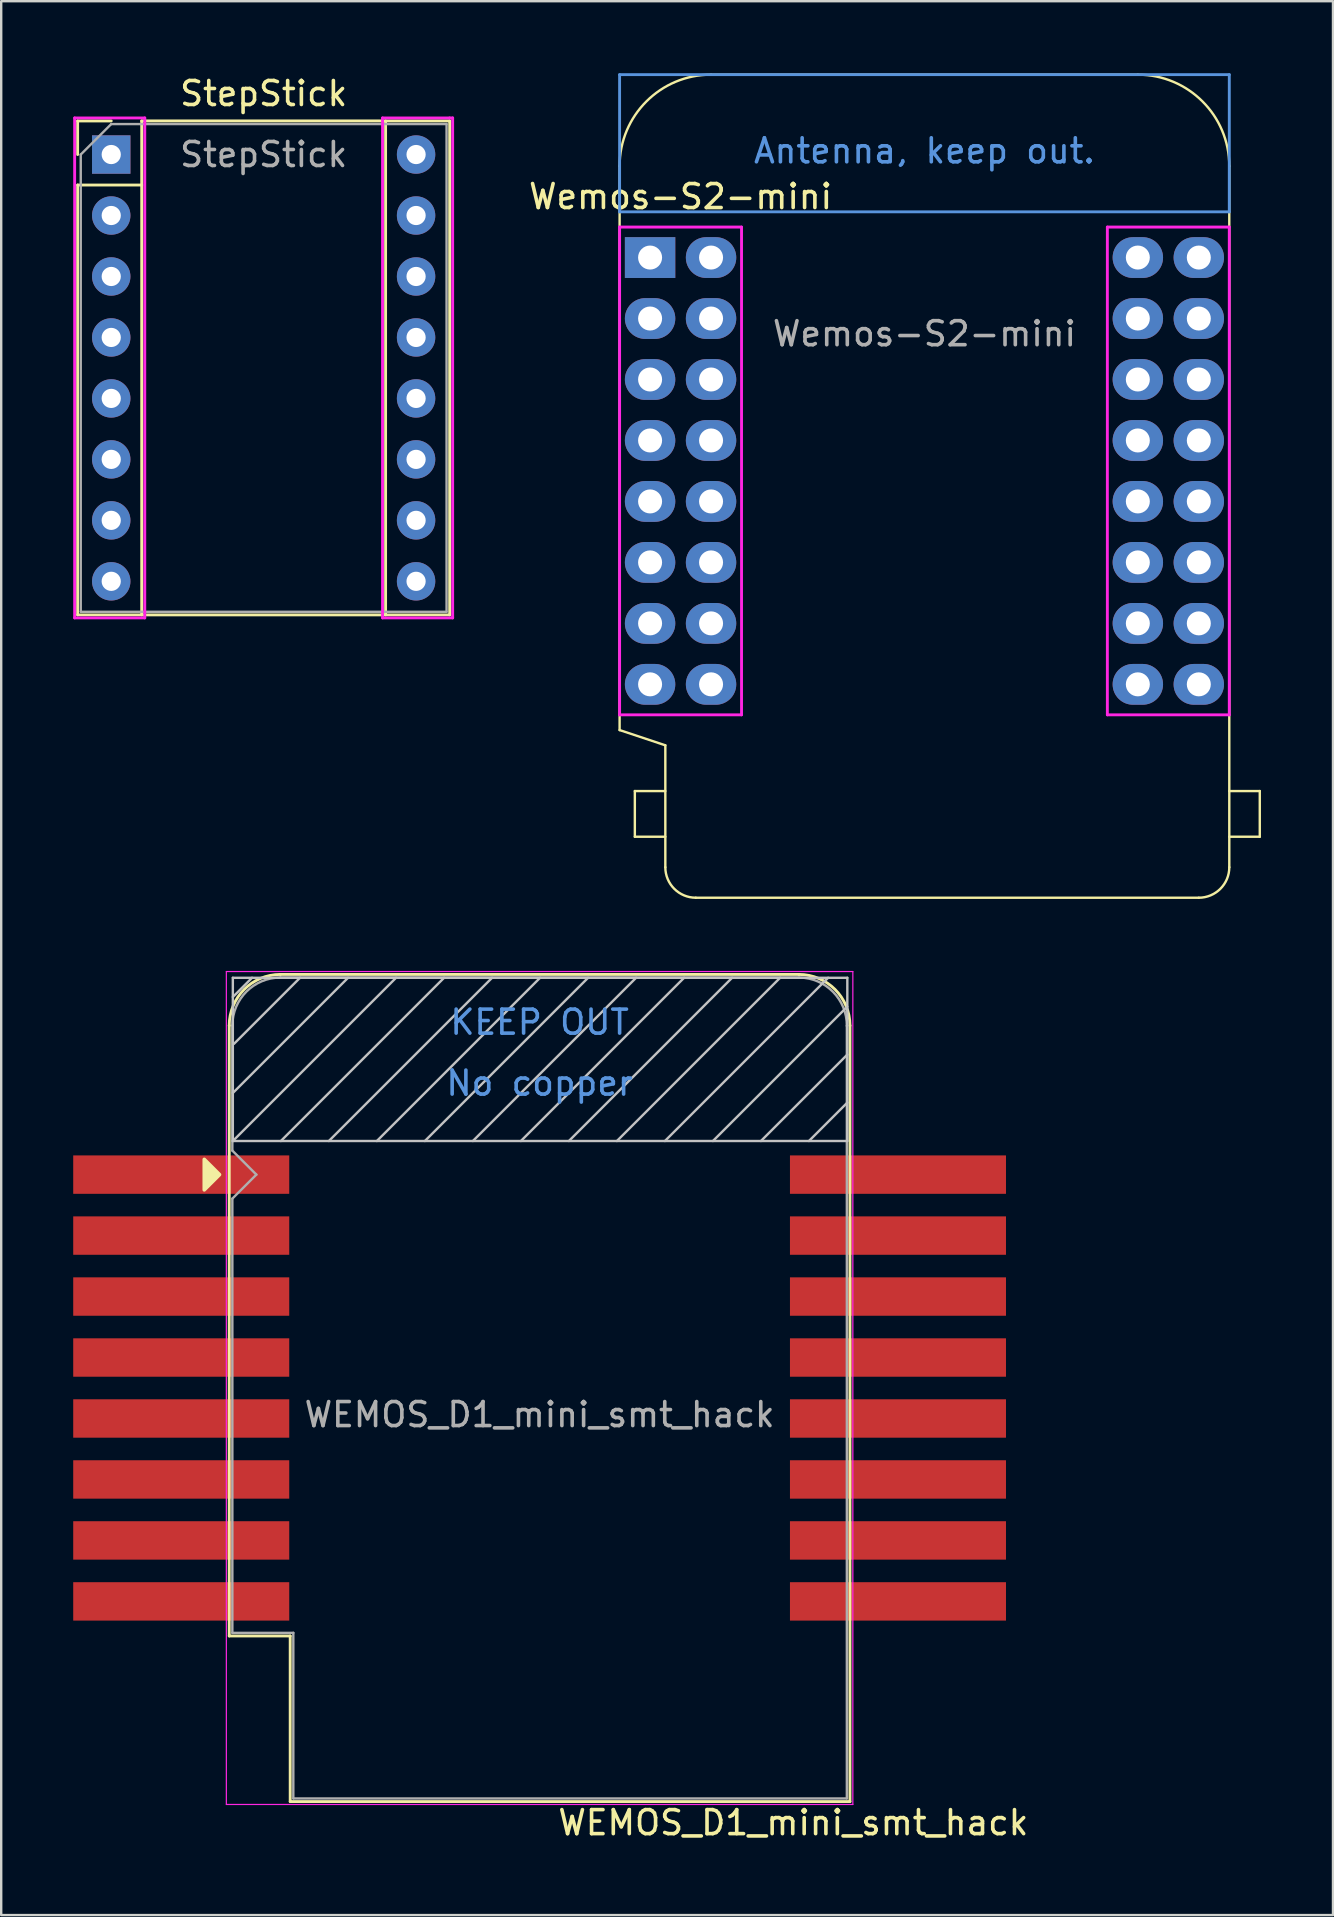
<source format=kicad_pcb>
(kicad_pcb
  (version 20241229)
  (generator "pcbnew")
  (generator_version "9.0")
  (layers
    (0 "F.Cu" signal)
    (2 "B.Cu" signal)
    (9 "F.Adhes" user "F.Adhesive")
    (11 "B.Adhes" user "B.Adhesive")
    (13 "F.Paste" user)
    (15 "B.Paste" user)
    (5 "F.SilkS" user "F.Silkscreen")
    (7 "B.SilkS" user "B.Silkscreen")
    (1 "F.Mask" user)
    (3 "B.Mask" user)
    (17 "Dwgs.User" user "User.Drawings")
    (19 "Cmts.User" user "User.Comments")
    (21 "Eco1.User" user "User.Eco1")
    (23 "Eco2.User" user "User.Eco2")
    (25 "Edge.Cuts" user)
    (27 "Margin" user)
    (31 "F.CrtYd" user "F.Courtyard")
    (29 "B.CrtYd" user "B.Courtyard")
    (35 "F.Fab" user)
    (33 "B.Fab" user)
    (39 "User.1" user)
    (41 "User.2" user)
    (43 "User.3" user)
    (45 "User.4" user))
  (footprint "WEMOS_D1_mini_smt_hack"
    (layer "F.Cu")
    (at 8 45.885)
    (property "Reference" "WEMOS_D1_mini_smt_hack" (at 22 27 0) (layer "F.SilkS") (effects (font (size 1 1) (thickness 0.15))))
    (attr through_hole)
    (fp_line (start -1.5 19.22) (end -1.5 -6.21) (stroke (width 0.12) (type solid)) (layer "F.SilkS"))
    (fp_line (start -1.5 19.22) (end 1.04 19.22) (stroke (width 0.12) (type solid)) (layer "F.SilkS"))
    (fp_line (start 1.04 19.22) (end 1.04 26.12) (stroke (width 0.12) (type solid)) (layer "F.SilkS"))
    (fp_line (start 1.04 26.12) (end 24.36 26.12) (stroke (width 0.12) (type solid)) (layer "F.SilkS"))
    (fp_line (start 22.24 -8.34) (end 0.63 -8.34) (stroke (width 0.12) (type solid)) (layer "F.SilkS"))
    (fp_line (start 24.36 26.12) (end 24.36 -6.21) (stroke (width 0.12) (type solid)) (layer "F.SilkS"))
    (fp_arc (start -1.5 -6.21) (mid -0.876137 -7.716137) (end 0.63 -8.34) (stroke (width 0.12) (type solid)) (layer "F.SilkS"))
    (fp_arc (start 22.23 -8.34) (mid 23.736137 -7.716137) (end 24.36 -6.21) (stroke (width 0.12) (type solid)) (layer "F.SilkS"))
    (fp_poly (pts (xy -2.54 -0.635) (xy -2.54 0.635) (xy -1.905 0)) (stroke (width 0.15) (type solid)) (fill yes) (layer "F.SilkS"))
    (fp_line (start -1.35 -8.2) (end -1.35 -1.4) (stroke (width 0.1) (type solid)) (layer "Dwgs.User"))
    (fp_line (start -1.35 -7.4) (end -0.55 -8.2) (stroke (width 0.1) (type solid)) (layer "Dwgs.User"))
    (fp_line (start -1.35 -3.4) (end 3.45 -8.2) (stroke (width 0.1) (type solid)) (layer "Dwgs.User"))
    (fp_line (start -1.35 -1.4) (end 5.45 -8.2) (stroke (width 0.1) (type solid)) (layer "Dwgs.User"))
    (fp_line (start -1.35 -1.4) (end 24.25 -1.4) (stroke (width 0.1) (type solid)) (layer "Dwgs.User"))
    (fp_line (start -1.3 -5.45) (end 1.45 -8.2) (stroke (width 0.1) (type solid)) (layer "Dwgs.User"))
    (fp_line (start 0.65 -1.4) (end 7.45 -8.2) (stroke (width 0.1) (type solid)) (layer "Dwgs.User"))
    (fp_line (start 2.65 -1.4) (end 9.45 -8.2) (stroke (width 0.1) (type solid)) (layer "Dwgs.User"))
    (fp_line (start 4.65 -1.4) (end 11.45 -8.2) (stroke (width 0.1) (type solid)) (layer "Dwgs.User"))
    (fp_line (start 6.65 -1.4) (end 13.45 -8.2) (stroke (width 0.1) (type solid)) (layer "Dwgs.User"))
    (fp_line (start 8.65 -1.4) (end 15.45 -8.2) (stroke (width 0.1) (type solid)) (layer "Dwgs.User"))
    (fp_line (start 10.65 -1.4) (end 17.45 -8.2) (stroke (width 0.1) (type solid)) (layer "Dwgs.User"))
    (fp_line (start 12.65 -1.4) (end 19.45 -8.2) (stroke (width 0.1) (type solid)) (layer "Dwgs.User"))
    (fp_line (start 14.65 -1.4) (end 21.45 -8.2) (stroke (width 0.1) (type solid)) (layer "Dwgs.User"))
    (fp_line (start 16.65 -1.4) (end 23.45 -8.2) (stroke (width 0.1) (type solid)) (layer "Dwgs.User"))
    (fp_line (start 18.65 -1.4) (end 24.25 -7) (stroke (width 0.1) (type solid)) (layer "Dwgs.User"))
    (fp_line (start 20.65 -1.4) (end 24.25 -5) (stroke (width 0.1) (type solid)) (layer "Dwgs.User"))
    (fp_line (start 22.65 -1.4) (end 24.25 -3) (stroke (width 0.1) (type solid)) (layer "Dwgs.User"))
    (fp_line (start 24.25 -8.2) (end -1.35 -8.2) (stroke (width 0.1) (type solid)) (layer "Dwgs.User"))
    (fp_line (start 24.25 -1.4) (end 24.25 -8.2) (stroke (width 0.1) (type solid)) (layer "Dwgs.User"))
    (fp_line (start -1.62 -8.46) (end 24.48 -8.46) (stroke (width 0.05) (type solid)) (layer "F.CrtYd"))
    (fp_line (start -1.62 26.24) (end -1.62 -8.46) (stroke (width 0.05) (type solid)) (layer "F.CrtYd"))
    (fp_line (start 24.48 -8.46) (end 24.48 26.24) (stroke (width 0.05) (type solid)) (layer "F.CrtYd"))
    (fp_line (start 24.48 26.24) (end -1.62 26.24) (stroke (width 0.05) (type solid)) (layer "F.CrtYd"))
    (fp_line (start -1.37 -6.21) (end -1.37 -1) (stroke (width 0.1) (type solid)) (layer "F.Fab"))
    (fp_line (start -1.37 1) (end -1.37 19.09) (stroke (width 0.1) (type solid)) (layer "F.Fab"))
    (fp_line (start -1.37 1) (end -0.37 0) (stroke (width 0.1) (type solid)) (layer "F.Fab"))
    (fp_line (start -1.37 19.09) (end 1.17 19.09) (stroke (width 0.1) (type solid)) (layer "F.Fab"))
    (fp_line (start -0.37 0) (end -1.37 -1) (stroke (width 0.1) (type solid)) (layer "F.Fab"))
    (fp_line (start 1.17 19.09) (end 1.17 25.99) (stroke (width 0.1) (type solid)) (layer "F.Fab"))
    (fp_line (start 1.17 25.99) (end 24.23 25.99) (stroke (width 0.1) (type solid)) (layer "F.Fab"))
    (fp_line (start 22.23 -8.21) (end 0.63 -8.21) (stroke (width 0.1) (type solid)) (layer "F.Fab"))
    (fp_line (start 24.23 25.99) (end 24.23 -6.21) (stroke (width 0.1) (type solid)) (layer "F.Fab"))
    (fp_arc (start -1.37 -6.21) (mid -0.784214 -7.624214) (end 0.63 -8.21) (stroke (width 0.1) (type solid)) (layer "F.Fab"))
    (fp_arc (start 22.25 -8.21) (mid 23.658356 -7.610071) (end 24.23 -6.19) (stroke (width 0.1) (type solid)) (layer "F.Fab"))
    (fp_text user "KEEP OUT" (at 11.43 -6.35 0) (layer "Cmts.User") (effects (font (size 1 1) (thickness 0.15))))
    (fp_text user "No copper" (at 11.43 -3.81 0) (layer "Cmts.User") (effects (font (size 1 1) (thickness 0.15))))
    (fp_text user "${REFERENCE}" (at 11.43 10 0) (layer "F.Fab") (effects (font (size 1 1) (thickness 0.15))))
    (pad "1" smd rect (at -3.5 0) (size 9 1.6) (layers "F.Cu" "F.Mask" "F.Paste"))
    (pad "2" smd rect (at -3.5 2.54) (size 9 1.6) (layers "F.Cu" "F.Mask" "F.Paste"))
    (pad "3" smd rect (at -3.5 5.08) (size 9 1.6) (layers "F.Cu" "F.Mask" "F.Paste"))
    (pad "4" smd rect (at -3.5 7.62) (size 9 1.6) (layers "F.Cu" "F.Mask" "F.Paste"))
    (pad "5" smd rect (at -3.5 10.16) (size 9 1.6) (layers "F.Cu" "F.Mask" "F.Paste"))
    (pad "6" smd rect (at -3.5 12.7) (size 9 1.6) (layers "F.Cu" "F.Mask" "F.Paste"))
    (pad "7" smd rect (at -3.5 15.24) (size 9 1.6) (layers "F.Cu" "F.Mask" "F.Paste"))
    (pad "8" smd rect (at -3.5 17.78) (size 9 1.6) (layers "F.Cu" "F.Mask" "F.Paste"))
    (pad "9" smd rect (at 26.36 17.78) (size 9 1.6) (layers "F.Cu" "F.Mask" "F.Paste"))
    (pad "10" smd rect (at 26.36 15.24) (size 9 1.6) (layers "F.Cu" "F.Mask" "F.Paste"))
    (pad "11" smd rect (at 26.36 12.7) (size 9 1.6) (layers "F.Cu" "F.Mask" "F.Paste"))
    (pad "12" smd rect (at 26.36 10.16) (size 9 1.6) (layers "F.Cu" "F.Mask" "F.Paste"))
    (pad "13" smd rect (at 26.36 7.62) (size 9 1.6) (layers "F.Cu" "F.Mask" "F.Paste"))
    (pad "14" smd rect (at 26.36 5.08) (size 9 1.6) (layers "F.Cu" "F.Mask" "F.Paste"))
    (pad "15" smd rect (at 26.36 2.54) (size 9 1.6) (layers "F.Cu" "F.Mask" "F.Paste"))
    (pad "16" smd rect (at 26.36 0) (size 9 1.6) (layers "F.Cu" "F.Mask" "F.Paste")))
  (footprint "Wemos-S2-mini"
    (layer "F.Cu")
    (at 24.033 7.68)
    (property "Reference" "Wemos-S2-mini" (at 1.27 -2.54 0) (layer "F.SilkS") (effects (font (size 1 1) (thickness 0.15))))
    (attr through_hole)
    (fp_line (start -1.27 19.685) (end -1.27 -3.81) (stroke (width 0.1) (type default)) (layer "F.SilkS"))
    (fp_line (start -0.635 22.225) (end -0.635 24.13) (stroke (width 0.1) (type default)) (layer "F.SilkS"))
    (fp_line (start -0.635 24.13) (end 0.635 24.13) (stroke (width 0.1) (type default)) (layer "F.SilkS"))
    (fp_line (start 0.635 20.32) (end -1.27 19.685) (stroke (width 0.1) (type default)) (layer "F.SilkS"))
    (fp_line (start 0.635 22.225) (end -0.635 22.225) (stroke (width 0.1) (type default)) (layer "F.SilkS"))
    (fp_line (start 0.635 25.4) (end 0.635 20.32) (stroke (width 0.1) (type default)) (layer "F.SilkS"))
    (fp_line (start 2.54 -7.62) (end 20.32 -7.62) (stroke (width 0.1) (type default)) (layer "F.SilkS"))
    (fp_line (start 22.86 26.67) (end 1.905 26.67) (stroke (width 0.1) (type default)) (layer "F.SilkS"))
    (fp_line (start 24.13 -3.81) (end 24.13 25.4) (stroke (width 0.1) (type default)) (layer "F.SilkS"))
    (fp_line (start 24.13 24.13) (end 25.4 24.13) (stroke (width 0.1) (type default)) (layer "F.SilkS"))
    (fp_line (start 25.4 22.225) (end 24.13 22.225) (stroke (width 0.1) (type default)) (layer "F.SilkS"))
    (fp_line (start 25.4 24.13) (end 25.4 22.225) (stroke (width 0.1) (type default)) (layer "F.SilkS"))
    (fp_arc (start -1.27 -3.81) (mid -0.154077 -6.504077) (end 2.54 -7.62) (stroke (width 0.1) (type default)) (layer "F.SilkS"))
    (fp_arc (start 1.905 26.67) (mid 1.006974 26.298026) (end 0.635 25.4) (stroke (width 0.1) (type default)) (layer "F.SilkS"))
    (fp_arc (start 20.32 -7.62) (mid 23.014077 -6.504077) (end 24.13 -3.81) (stroke (width 0.1) (type default)) (layer "F.SilkS"))
    (fp_arc (start 24.13 25.4) (mid 23.758026 26.298026) (end 22.86 26.67) (stroke (width 0.1) (type default)) (layer "F.SilkS"))
    (fp_line (start -1.27 -7.62) (end -1.27 -1.905) (stroke (width 0.12) (type solid)) (layer "Cmts.User"))
    (fp_line (start -1.27 -1.905) (end 24.13 -1.905) (stroke (width 0.12) (type solid)) (layer "Cmts.User"))
    (fp_line (start 24.13 -7.62) (end -1.27 -7.62) (stroke (width 0.12) (type solid)) (layer "Cmts.User"))
    (fp_line (start 24.13 -1.905) (end 24.13 -7.62) (stroke (width 0.12) (type solid)) (layer "Cmts.User"))
    (fp_line (start -1.27 -1.27) (end 3.81 -1.27) (stroke (width 0.12) (type solid)) (layer "F.CrtYd"))
    (fp_line (start -1.27 19.05) (end -1.27 -1.27) (stroke (width 0.12) (type solid)) (layer "F.CrtYd"))
    (fp_line (start 3.81 -1.27) (end 3.81 19.05) (stroke (width 0.12) (type solid)) (layer "F.CrtYd"))
    (fp_line (start 3.81 19.05) (end -1.27 19.05) (stroke (width 0.12) (type solid)) (layer "F.CrtYd"))
    (fp_line (start 19.05 -1.27) (end 24.13 -1.27) (stroke (width 0.12) (type solid)) (layer "F.CrtYd"))
    (fp_line (start 19.05 19.05) (end 19.05 -1.27) (stroke (width 0.12) (type solid)) (layer "F.CrtYd"))
    (fp_line (start 24.13 -1.27) (end 24.13 19.05) (stroke (width 0.12) (type solid)) (layer "F.CrtYd"))
    (fp_line (start 24.13 19.05) (end 19.05 19.05) (stroke (width 0.12) (type solid)) (layer "F.CrtYd"))
    (fp_text user "Antenna, keep out." (at 11.43 -4.445 0) (layer "Cmts.User") (effects (font (size 1 1) (thickness 0.15))))
    (fp_text user "${REFERENCE}" (at 11.43 3.175 0) (layer "F.Fab") (effects (font (size 1 1) (thickness 0.15))))
    (pad "1" thru_hole rect (at 0 0) (size 2.1 1.7) (drill 1) (layers "*.Cu" "*.Mask"))
    (pad "2" thru_hole oval (at 0 2.54) (size 2.1 1.7) (drill 1) (layers "*.Cu" "*.Mask"))
    (pad "3" thru_hole oval (at 0 5.08) (size 2.1 1.7) (drill 1) (layers "*.Cu" "*.Mask"))
    (pad "4" thru_hole oval (at 0 7.62) (size 2.1 1.7) (drill 1) (layers "*.Cu" "*.Mask"))
    (pad "5" thru_hole oval (at 0 10.16) (size 2.1 1.7) (drill 1) (layers "*.Cu" "*.Mask"))
    (pad "6" thru_hole oval (at 0 12.7) (size 2.1 1.7) (drill 1) (layers "*.Cu" "*.Mask"))
    (pad "7" thru_hole oval (at 0 15.24) (size 2.1 1.7) (drill 1) (layers "*.Cu" "*.Mask"))
    (pad "8" thru_hole oval (at 0 17.78) (size 2.1 1.7) (drill 1) (layers "*.Cu" "*.Mask"))
    (pad "9" thru_hole oval (at 2.54 0) (size 2.1 1.7) (drill 1) (layers "*.Cu" "*.Mask"))
    (pad "10" thru_hole oval (at 2.54 2.54) (size 2.1 1.7) (drill 1) (layers "*.Cu" "*.Mask"))
    (pad "11" thru_hole oval (at 2.54 5.08) (size 2.1 1.7) (drill 1) (layers "*.Cu" "*.Mask"))
    (pad "12" thru_hole oval (at 2.54 7.62) (size 2.1 1.7) (drill 1) (layers "*.Cu" "*.Mask"))
    (pad "13" thru_hole oval (at 2.54 10.16) (size 2.1 1.7) (drill 1) (layers "*.Cu" "*.Mask"))
    (pad "14" thru_hole oval (at 2.54 12.7) (size 2.1 1.7) (drill 1) (layers "*.Cu" "*.Mask"))
    (pad "15" thru_hole oval (at 2.54 15.24) (size 2.1 1.7) (drill 1) (layers "*.Cu" "*.Mask"))
    (pad "16" thru_hole oval (at 2.54 17.78) (size 2.1 1.7) (drill 1) (layers "*.Cu" "*.Mask"))
    (pad "17" thru_hole oval (at 20.32 0) (size 2.1 1.7) (drill 1) (layers "*.Cu" "*.Mask"))
    (pad "18" thru_hole oval (at 20.32 2.54) (size 2.1 1.7) (drill 1) (layers "*.Cu" "*.Mask"))
    (pad "19" thru_hole oval (at 20.32 5.08) (size 2.1 1.7) (drill 1) (layers "*.Cu" "*.Mask"))
    (pad "20" thru_hole oval (at 20.32 7.62) (size 2.1 1.7) (drill 1) (layers "*.Cu" "*.Mask"))
    (pad "21" thru_hole oval (at 20.32 10.16) (size 2.1 1.7) (drill 1) (layers "*.Cu" "*.Mask"))
    (pad "22" thru_hole oval (at 20.32 12.7) (size 2.1 1.7) (drill 1) (layers "*.Cu" "*.Mask"))
    (pad "23" thru_hole oval (at 20.32 15.24) (size 2.1 1.7) (drill 1) (layers "*.Cu" "*.Mask"))
    (pad "24" thru_hole oval (at 20.32 17.78) (size 2.1 1.7) (drill 1) (layers "*.Cu" "*.Mask"))
    (pad "25" thru_hole oval (at 22.86 0) (size 2.1 1.7) (drill 1) (layers "*.Cu" "*.Mask"))
    (pad "26" thru_hole oval (at 22.86 2.54) (size 2.1 1.7) (drill 1) (layers "*.Cu" "*.Mask"))
    (pad "27" thru_hole oval (at 22.86 5.08) (size 2.1 1.7) (drill 1) (layers "*.Cu" "*.Mask"))
    (pad "28" thru_hole oval (at 22.86 7.62) (size 2.1 1.7) (drill 1) (layers "*.Cu" "*.Mask"))
    (pad "29" thru_hole oval (at 22.86 10.16) (size 2.1 1.7) (drill 1) (layers "*.Cu" "*.Mask"))
    (pad "30" thru_hole oval (at 22.86 12.7) (size 2.1 1.7) (drill 1) (layers "*.Cu" "*.Mask"))
    (pad "31" thru_hole oval (at 22.86 15.24) (size 2.1 1.7) (drill 1) (layers "*.Cu" "*.Mask"))
    (pad "32" thru_hole oval (at 22.86 17.78) (size 2.1 1.7) (drill 1) (layers "*.Cu" "*.Mask")))
  (footprint "StepStick"
    (layer "F.Cu")
    (at 1.584 3.388)
    (property "Reference" "StepStick" (at 6.35 -2.54 0) (layer "F.SilkS") (effects (font (size 1 1) (thickness 0.15))))
    (attr through_hole)
    (fp_line (start -1.4 -1.4) (end -1.4 0) (stroke (width 0.12) (type solid)) (layer "F.SilkS"))
    (fp_line (start -1.4 1.27) (end -1.4 19.18) (stroke (width 0.12) (type solid)) (layer "F.SilkS"))
    (fp_line (start -1.4 19.18) (end 14.1 19.18) (stroke (width 0.12) (type solid)) (layer "F.SilkS"))
    (fp_line (start 0 -1.4) (end -1.4 -1.4) (stroke (width 0.12) (type solid)) (layer "F.SilkS"))
    (fp_line (start 1.27 -1.4) (end 1.27 1.27) (stroke (width 0.12) (type solid)) (layer "F.SilkS"))
    (fp_line (start 1.27 1.27) (end -1.4 1.27) (stroke (width 0.12) (type solid)) (layer "F.SilkS"))
    (fp_line (start 1.27 1.27) (end 1.27 19.18) (stroke (width 0.12) (type solid)) (layer "F.SilkS"))
    (fp_line (start 11.43 -1.4) (end 11.43 19.18) (stroke (width 0.12) (type solid)) (layer "F.SilkS"))
    (fp_line (start 14.1 -1.4) (end 1.27 -1.4) (stroke (width 0.12) (type solid)) (layer "F.SilkS"))
    (fp_line (start 14.1 19.18) (end 14.1 -1.4) (stroke (width 0.12) (type solid)) (layer "F.SilkS"))
    (fp_line (start -1.524 -1.524) (end -1.524 19.304) (stroke (width 0.12) (type solid)) (layer "F.CrtYd"))
    (fp_line (start -1.524 -1.524) (end 1.397 -1.524) (stroke (width 0.12) (type solid)) (layer "F.CrtYd"))
    (fp_line (start -1.524 19.304) (end 1.397 19.304) (stroke (width 0.12) (type solid)) (layer "F.CrtYd"))
    (fp_line (start 1.397 -1.524) (end 1.397 19.304) (stroke (width 0.12) (type solid)) (layer "F.CrtYd"))
    (fp_line (start 11.303 -1.524) (end 11.303 19.304) (stroke (width 0.12) (type solid)) (layer "F.CrtYd"))
    (fp_line (start 11.303 19.304) (end 14.224 19.304) (stroke (width 0.12) (type solid)) (layer "F.CrtYd"))
    (fp_line (start 14.097 -1.524) (end 11.303 -1.524) (stroke (width 0.12) (type solid)) (layer "F.CrtYd"))
    (fp_line (start 14.097 -1.524) (end 14.224 -1.524) (stroke (width 0.12) (type solid)) (layer "F.CrtYd"))
    (fp_line (start 14.224 -1.524) (end 14.224 19.304) (stroke (width 0.12) (type solid)) (layer "F.CrtYd"))
    (fp_line (start -1.27 0) (end 0 -1.27) (stroke (width 0.1) (type solid)) (layer "F.Fab"))
    (fp_line (start -1.27 19.05) (end -1.27 0) (stroke (width 0.1) (type solid)) (layer "F.Fab"))
    (fp_line (start 0 -1.27) (end 13.97 -1.27) (stroke (width 0.1) (type solid)) (layer "F.Fab"))
    (fp_line (start 13.97 -1.27) (end 13.97 19.05) (stroke (width 0.1) (type solid)) (layer "F.Fab"))
    (fp_line (start 13.97 19.05) (end -1.27 19.05) (stroke (width 0.1) (type solid)) (layer "F.Fab"))
    (fp_text user "${REFERENCE}" (at 6.35 0 0) (layer "F.Fab") (effects (font (size 1 1) (thickness 0.15))))
    (pad "1" thru_hole rect (at 0 0) (size 1.6 1.6) (drill 0.8) (layers "*.Cu" "*.Mask"))
    (pad "2" thru_hole oval (at 0 2.54) (size 1.6 1.6) (drill 0.8) (layers "*.Cu" "*.Mask"))
    (pad "3" thru_hole oval (at 0 5.08) (size 1.6 1.6) (drill 0.8) (layers "*.Cu" "*.Mask"))
    (pad "4" thru_hole oval (at 0 7.62) (size 1.6 1.6) (drill 0.8) (layers "*.Cu" "*.Mask"))
    (pad "5" thru_hole oval (at 0 10.16) (size 1.6 1.6) (drill 0.8) (layers "*.Cu" "*.Mask"))
    (pad "6" thru_hole oval (at 0 12.7) (size 1.6 1.6) (drill 0.8) (layers "*.Cu" "*.Mask"))
    (pad "7" thru_hole oval (at 0 15.24) (size 1.6 1.6) (drill 0.8) (layers "*.Cu" "*.Mask"))
    (pad "8" thru_hole oval (at 0 17.78) (size 1.6 1.6) (drill 0.8) (layers "*.Cu" "*.Mask"))
    (pad "9" thru_hole oval (at 12.7 17.78) (size 1.6 1.6) (drill 0.8) (layers "*.Cu" "*.Mask"))
    (pad "10" thru_hole oval (at 12.7 15.24) (size 1.6 1.6) (drill 0.8) (layers "*.Cu" "*.Mask"))
    (pad "11" thru_hole oval (at 12.7 12.7) (size 1.6 1.6) (drill 0.8) (layers "*.Cu" "*.Mask"))
    (pad "12" thru_hole oval (at 12.7 10.16) (size 1.6 1.6) (drill 0.8) (layers "*.Cu" "*.Mask"))
    (pad "13" thru_hole oval (at 12.7 7.62) (size 1.6 1.6) (drill 0.8) (layers "*.Cu" "*.Mask"))
    (pad "14" thru_hole oval (at 12.7 5.08) (size 1.6 1.6) (drill 0.8) (layers "*.Cu" "*.Mask"))
    (pad "15" thru_hole oval (at 12.7 2.54) (size 1.6 1.6) (drill 0.8) (layers "*.Cu" "*.Mask"))
    (pad "16" thru_hole oval (at 12.7 0) (size 1.6 1.6) (drill 0.8) (layers "*.Cu" "*.Mask")))
  (gr_rect
    (start -3 -3)
    (end 52.483 76.733)
    (stroke (width 0.1) (type default))
    (fill no)
    (layer "Edge.Cuts")))
</source>
